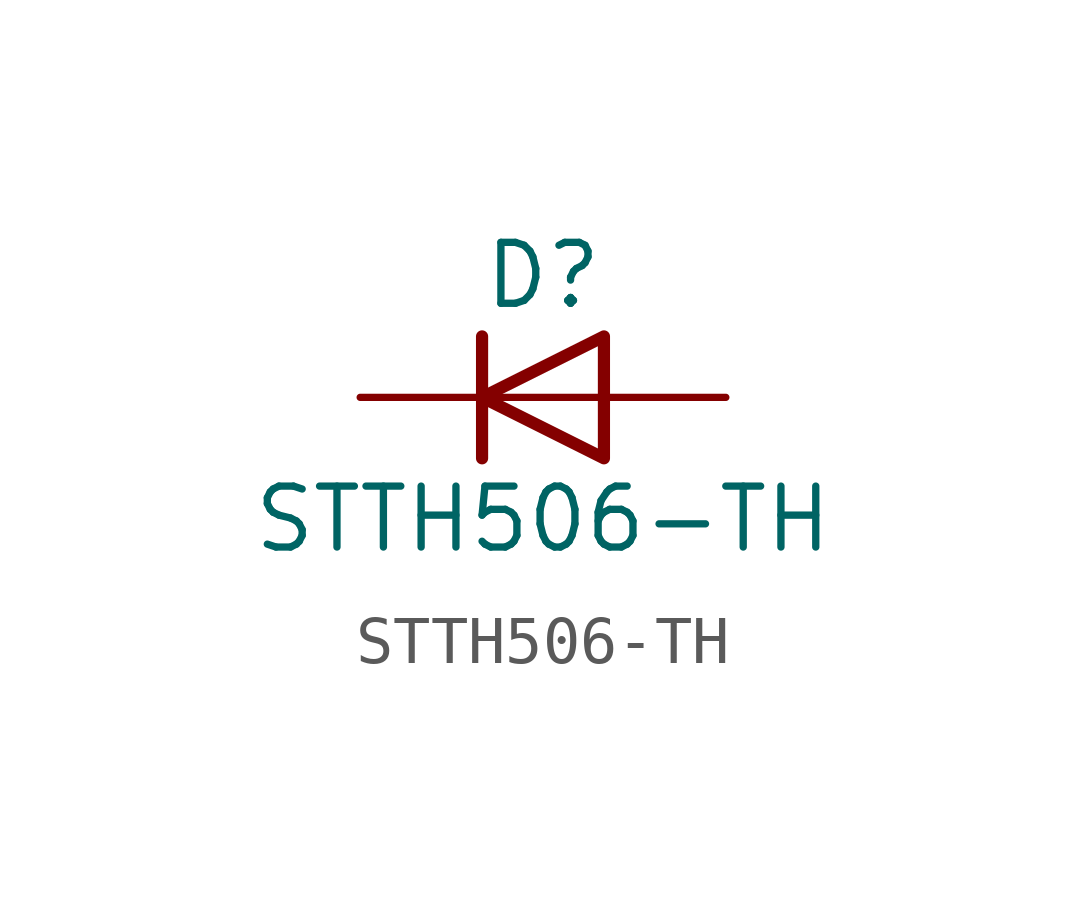
<source format=kicad_sym>
(kicad_symbol_lib
  (version 20241209)
  (generator "kicad_symbol_editor")
  (generator_version "9.0")
  (symbol "STTH506-TH"
    (pin_numbers
      (hide yes))
    (pin_names
      (offset 1.016)
      (hide yes))
    (property "Reference" "D"
      (at 0 2.54 0)
      (effects (font (size 1.27 1.27))))
    (property "Value" "STTH506-TH"
      (at 0 -2.54 0)
      (effects (font (size 1.27 1.27))))
    (symbol "STTH506-TH_0_1"
      (polyline (pts (xy -1.27 1.27) (xy -1.27 -1.27)) (stroke (width 0.254) (type default)) (fill (type none)))
      (polyline (pts (xy 1.27 1.27) (xy 1.27 -1.27) (xy -1.27 0) (xy 1.27 1.27)) (stroke (width 0.254) (type default)) (fill (type none)))
      (polyline (pts (xy 1.27 0) (xy -1.27 0)) (stroke (width 0) (type default)) (fill (type none))))
    (symbol "STTH506-TH_1_1"
      (pin passive line (at -3.81 0 0) (length 2.54) (name "K" (effects (font (size 1.27 1.27)))) (number "1" (effects (font (size 1.27 1.27)))))
      (pin passive line (at 3.81 0 180) (length 2.54) (name "A" (effects (font (size 1.27 1.27)))) (number "2" (effects (font (size 1.27 1.27))))))))
</source>
